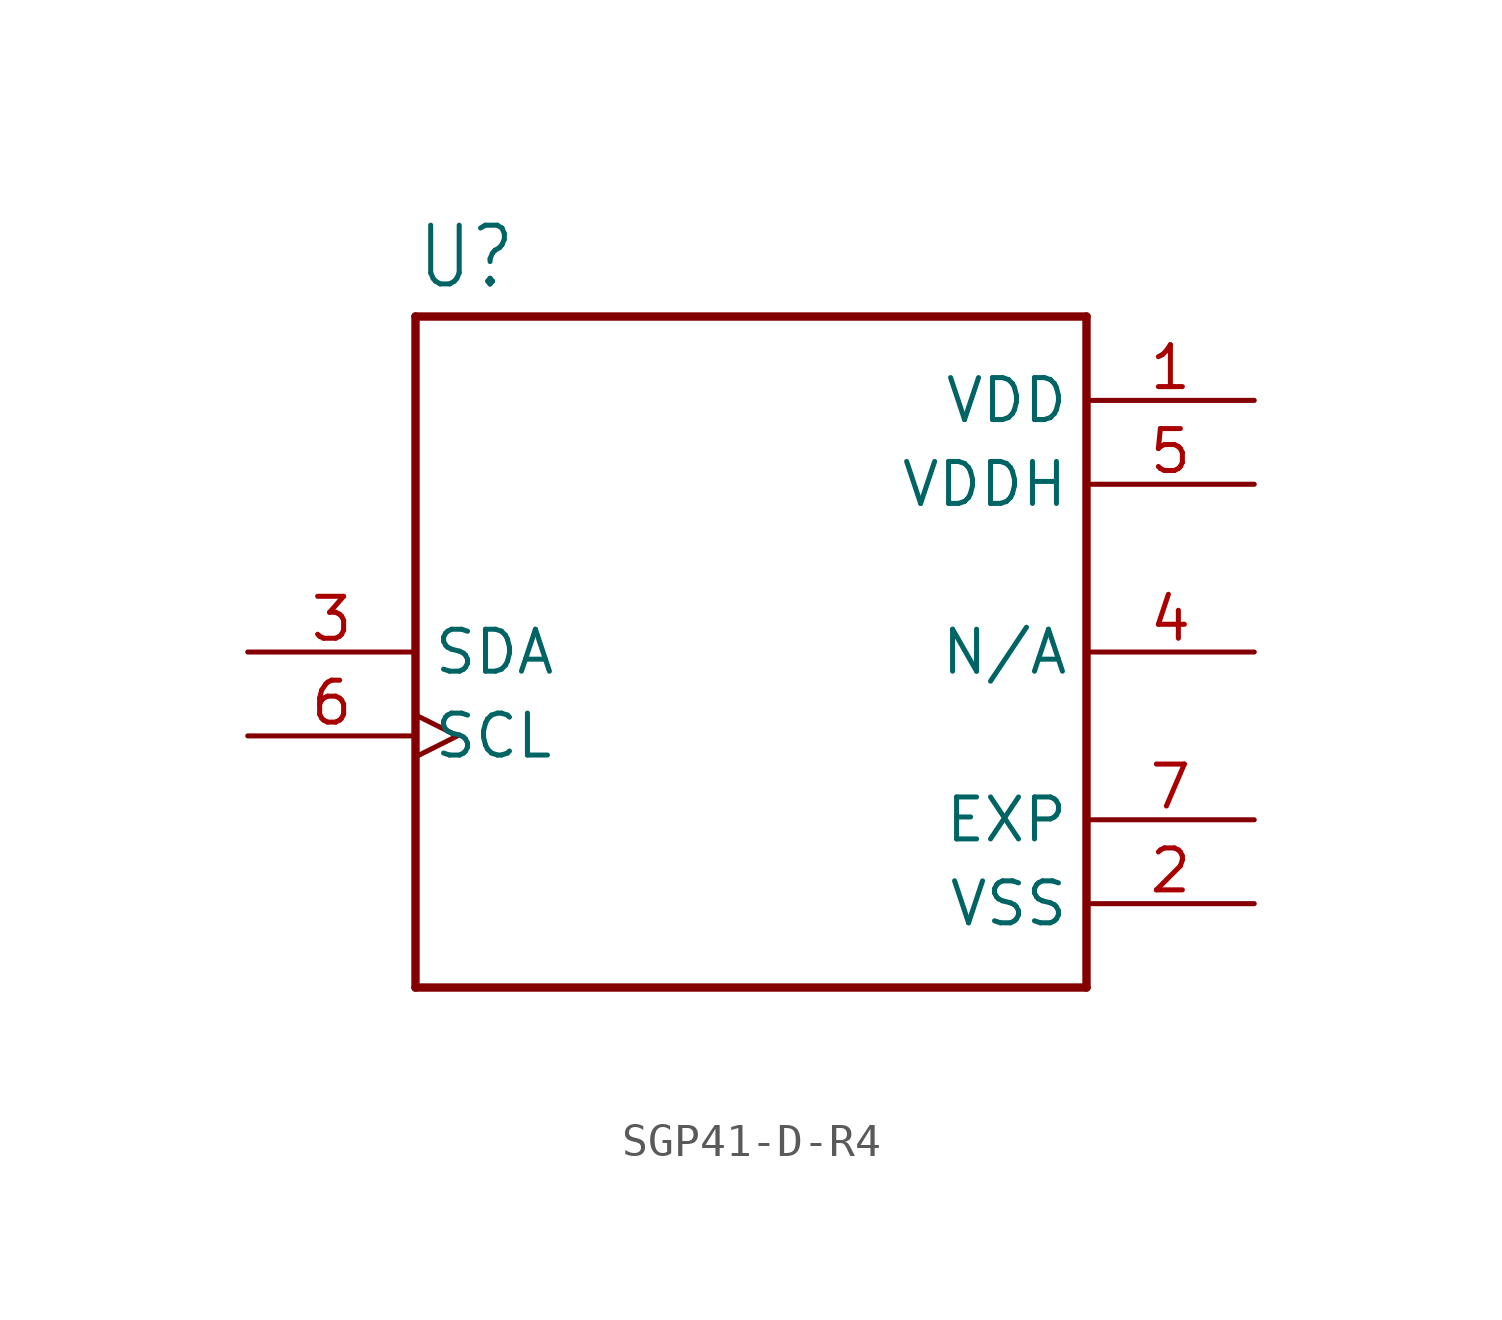
<source format=kicad_sym>
(kicad_symbol_lib
  (version 20231120)
  (generator "kicad_symbol_editor")
  (generator_version "8.0")
  (symbol "SGP41-D-R4"
    (property "Reference" "U"
      (at -10.16 10.922 0)
      (effects (font (size 1.778 1.511)) (justify left bottom)))
    (property "Value" ""
      (at -10.16 -10.922 0)
      (effects (font (size 1.778 1.511)) (justify left top)))
    (property "ki_locked" ""
      (at 0 0 0)
      (effects (font (size 1.27 1.27))))
    (symbol "SGP41-D-R4_1_0"
      (polyline (pts (xy -10.16 -10.16) (xy 10.16 -10.16)) (stroke (width 0.254) (type solid)) (fill (type none)))
      (polyline (pts (xy -10.16 10.16) (xy -10.16 -10.16)) (stroke (width 0.254) (type solid)) (fill (type none)))
      (polyline (pts (xy 10.16 -10.16) (xy 10.16 10.16)) (stroke (width 0.254) (type solid)) (fill (type none)))
      (polyline (pts (xy 10.16 10.16) (xy -10.16 10.16)) (stroke (width 0.254) (type solid)) (fill (type none)))
      (pin power_in line (at 15.24 7.62 180) (length 5.08) (name "VDD" (effects (font (size 1.27 1.27)))) (number "1" (effects (font (size 1.27 1.27)))))
      (pin power_in line (at 15.24 -7.62 180) (length 5.08) (name "VSS" (effects (font (size 1.27 1.27)))) (number "2" (effects (font (size 1.27 1.27)))))
      (pin bidirectional line (at -15.24 0 0) (length 5.08) (name "SDA" (effects (font (size 1.27 1.27)))) (number "3" (effects (font (size 1.27 1.27)))))
      (pin passive line (at 15.24 0 180) (length 5.08) (name "N/A" (effects (font (size 1.27 1.27)))) (number "4" (effects (font (size 1.27 1.27)))))
      (pin power_in line (at 15.24 5.08 180) (length 5.08) (name "VDDH" (effects (font (size 1.27 1.27)))) (number "5" (effects (font (size 1.27 1.27)))))
      (pin bidirectional clock (at -15.24 -2.54 0) (length 5.08) (name "SCL" (effects (font (size 1.27 1.27)))) (number "6" (effects (font (size 1.27 1.27)))))
      (pin power_in line (at 15.24 -5.08 180) (length 5.08) (name "EXP" (effects (font (size 1.27 1.27)))) (number "7" (effects (font (size 1.27 1.27))))))))
</source>
